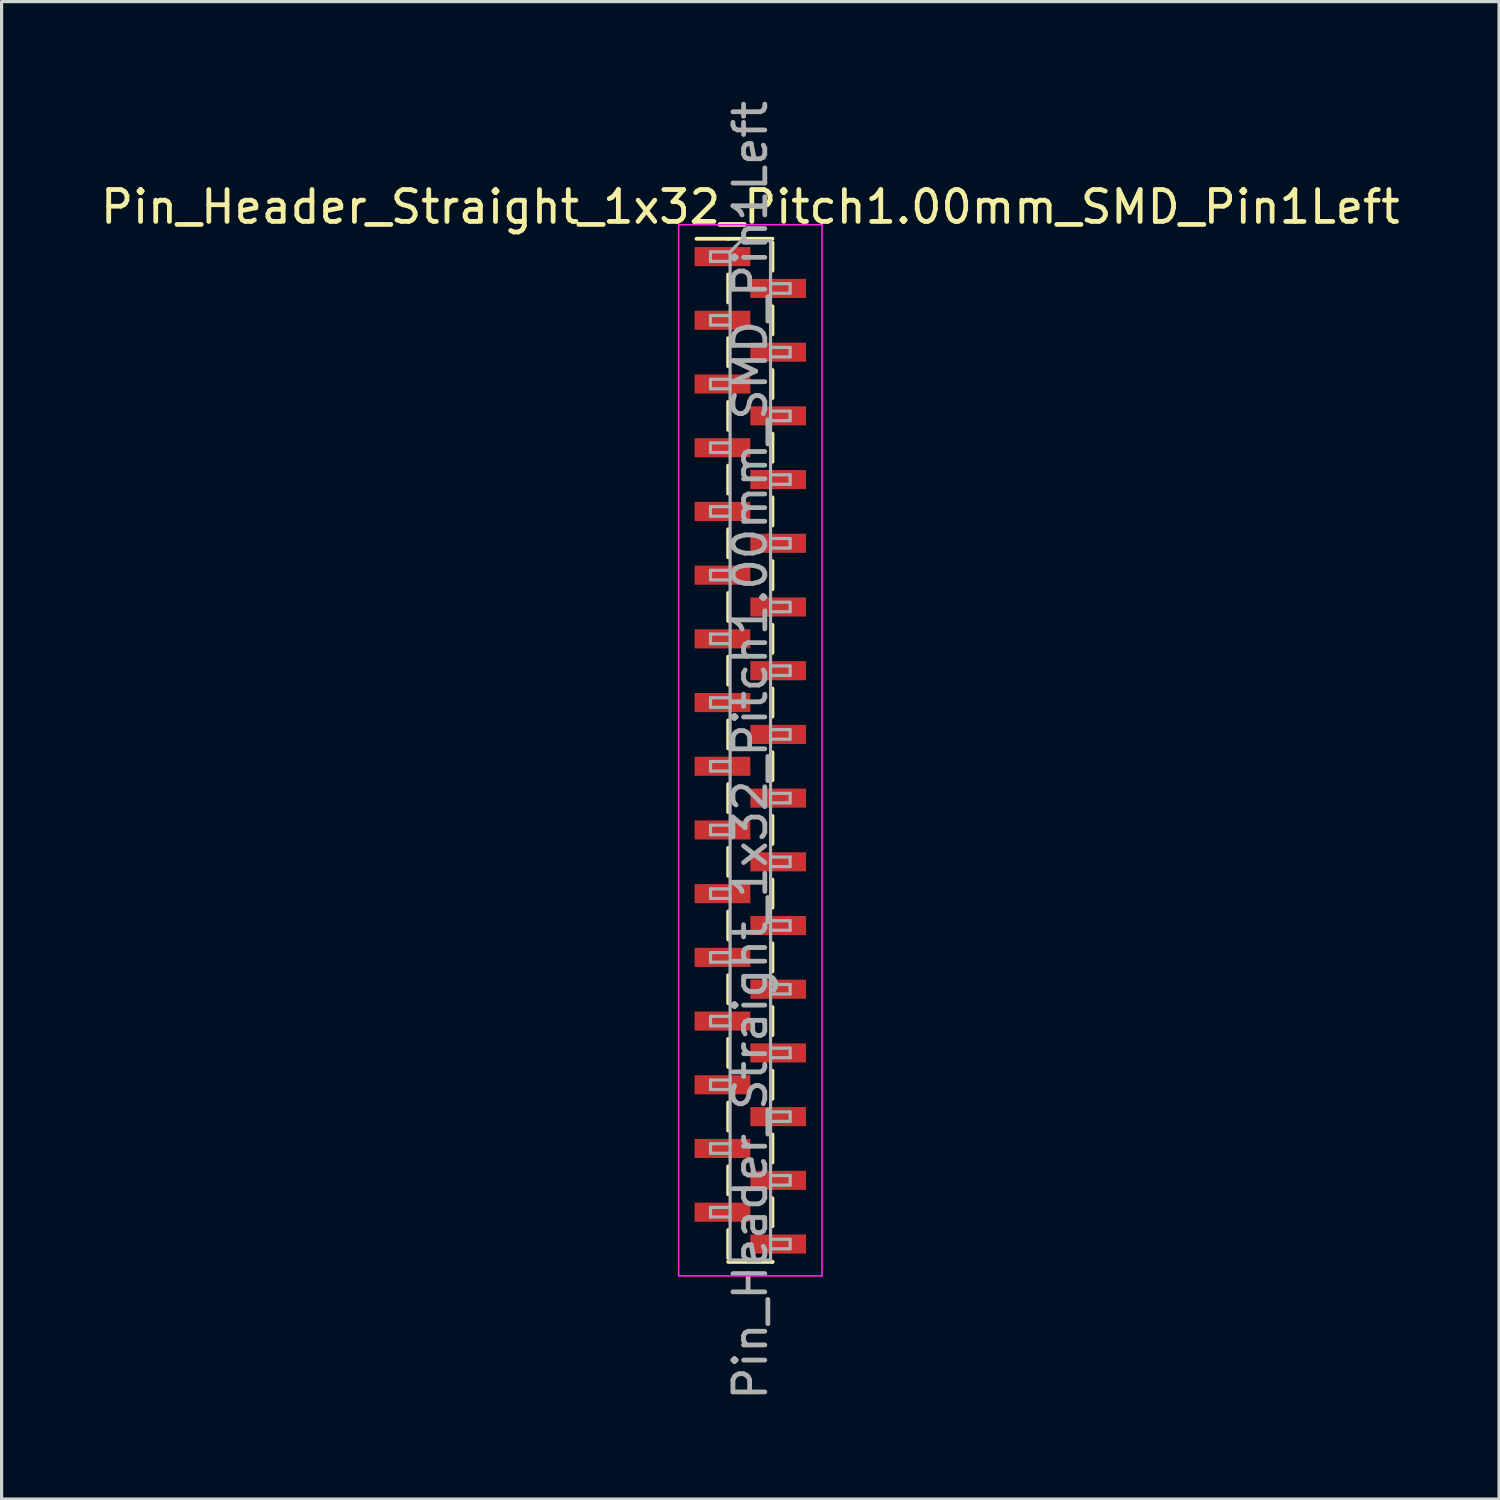
<source format=kicad_pcb>
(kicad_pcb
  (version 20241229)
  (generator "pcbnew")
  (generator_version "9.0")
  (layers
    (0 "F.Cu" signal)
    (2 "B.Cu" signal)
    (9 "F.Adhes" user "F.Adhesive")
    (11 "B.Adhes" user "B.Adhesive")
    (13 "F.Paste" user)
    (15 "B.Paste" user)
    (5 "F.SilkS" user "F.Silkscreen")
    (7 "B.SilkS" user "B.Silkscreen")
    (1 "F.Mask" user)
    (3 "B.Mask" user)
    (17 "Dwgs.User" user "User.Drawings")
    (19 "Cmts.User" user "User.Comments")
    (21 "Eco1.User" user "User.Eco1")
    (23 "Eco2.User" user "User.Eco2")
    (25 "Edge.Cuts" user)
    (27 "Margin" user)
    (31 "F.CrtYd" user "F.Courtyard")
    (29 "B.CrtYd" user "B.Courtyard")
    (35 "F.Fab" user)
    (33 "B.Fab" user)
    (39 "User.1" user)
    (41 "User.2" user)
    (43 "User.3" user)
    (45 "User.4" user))
  (footprint "Pin_Header_Straight_1x32_Pitch1.00mm_SMD_Pin1Left"
    (layer "F.Cu")
    (at 20.506 20.506)
    (property "Reference" "Pin_Header_Straight_1x32_Pitch1.00mm_SMD_Pin1Left" (at 0 -17.06 0) (layer "F.SilkS") (effects (font (size 1 1) (thickness 0.15))))
    (attr smd)
    (fp_line (start -0.695 -16.06) (end -1.69 -16.06) (stroke (width 0.12) (type solid)) (layer "F.SilkS"))
    (fp_line (start -0.695 -16.06) (end -0.695 -16.06) (stroke (width 0.12) (type solid)) (layer "F.SilkS"))
    (fp_line (start -0.695 -16.06) (end 0.695 -16.06) (stroke (width 0.12) (type solid)) (layer "F.SilkS"))
    (fp_line (start -0.695 -14.94) (end -0.695 -14.06) (stroke (width 0.12) (type solid)) (layer "F.SilkS"))
    (fp_line (start -0.695 -12.94) (end -0.695 -12.06) (stroke (width 0.12) (type solid)) (layer "F.SilkS"))
    (fp_line (start -0.695 -10.94) (end -0.695 -10.06) (stroke (width 0.12) (type solid)) (layer "F.SilkS"))
    (fp_line (start -0.695 -8.94) (end -0.695 -8.06) (stroke (width 0.12) (type solid)) (layer "F.SilkS"))
    (fp_line (start -0.695 -6.94) (end -0.695 -6.06) (stroke (width 0.12) (type solid)) (layer "F.SilkS"))
    (fp_line (start -0.695 -4.94) (end -0.695 -4.06) (stroke (width 0.12) (type solid)) (layer "F.SilkS"))
    (fp_line (start -0.695 -2.94) (end -0.695 -2.06) (stroke (width 0.12) (type solid)) (layer "F.SilkS"))
    (fp_line (start -0.695 -0.94) (end -0.695 -0.06) (stroke (width 0.12) (type solid)) (layer "F.SilkS"))
    (fp_line (start -0.695 1.06) (end -0.695 1.94) (stroke (width 0.12) (type solid)) (layer "F.SilkS"))
    (fp_line (start -0.695 3.06) (end -0.695 3.94) (stroke (width 0.12) (type solid)) (layer "F.SilkS"))
    (fp_line (start -0.695 5.06) (end -0.695 5.94) (stroke (width 0.12) (type solid)) (layer "F.SilkS"))
    (fp_line (start -0.695 7.06) (end -0.695 7.94) (stroke (width 0.12) (type solid)) (layer "F.SilkS"))
    (fp_line (start -0.695 9.06) (end -0.695 9.94) (stroke (width 0.12) (type solid)) (layer "F.SilkS"))
    (fp_line (start -0.695 11.06) (end -0.695 11.94) (stroke (width 0.12) (type solid)) (layer "F.SilkS"))
    (fp_line (start -0.695 13.06) (end -0.695 13.94) (stroke (width 0.12) (type solid)) (layer "F.SilkS"))
    (fp_line (start -0.695 15.06) (end -0.695 15.94) (stroke (width 0.12) (type solid)) (layer "F.SilkS"))
    (fp_line (start -0.695 16.06) (end 0.695 16.06) (stroke (width 0.12) (type solid)) (layer "F.SilkS"))
    (fp_line (start 0.695 -15.94) (end 0.695 -15.06) (stroke (width 0.12) (type solid)) (layer "F.SilkS"))
    (fp_line (start 0.695 -13.94) (end 0.695 -13.06) (stroke (width 0.12) (type solid)) (layer "F.SilkS"))
    (fp_line (start 0.695 -11.94) (end 0.695 -11.06) (stroke (width 0.12) (type solid)) (layer "F.SilkS"))
    (fp_line (start 0.695 -9.94) (end 0.695 -9.06) (stroke (width 0.12) (type solid)) (layer "F.SilkS"))
    (fp_line (start 0.695 -7.94) (end 0.695 -7.06) (stroke (width 0.12) (type solid)) (layer "F.SilkS"))
    (fp_line (start 0.695 -5.94) (end 0.695 -5.06) (stroke (width 0.12) (type solid)) (layer "F.SilkS"))
    (fp_line (start 0.695 -3.94) (end 0.695 -3.06) (stroke (width 0.12) (type solid)) (layer "F.SilkS"))
    (fp_line (start 0.695 -1.94) (end 0.695 -1.06) (stroke (width 0.12) (type solid)) (layer "F.SilkS"))
    (fp_line (start 0.695 0.06) (end 0.695 0.94) (stroke (width 0.12) (type solid)) (layer "F.SilkS"))
    (fp_line (start 0.695 2.06) (end 0.695 2.94) (stroke (width 0.12) (type solid)) (layer "F.SilkS"))
    (fp_line (start 0.695 4.06) (end 0.695 4.94) (stroke (width 0.12) (type solid)) (layer "F.SilkS"))
    (fp_line (start 0.695 6.06) (end 0.695 6.94) (stroke (width 0.12) (type solid)) (layer "F.SilkS"))
    (fp_line (start 0.695 8.06) (end 0.695 8.94) (stroke (width 0.12) (type solid)) (layer "F.SilkS"))
    (fp_line (start 0.695 10.06) (end 0.695 10.94) (stroke (width 0.12) (type solid)) (layer "F.SilkS"))
    (fp_line (start 0.695 12.06) (end 0.695 12.94) (stroke (width 0.12) (type solid)) (layer "F.SilkS"))
    (fp_line (start 0.695 14.06) (end 0.695 14.94) (stroke (width 0.12) (type solid)) (layer "F.SilkS"))
    (fp_line (start 0.695 16.06) (end 0.695 16.06) (stroke (width 0.12) (type solid)) (layer "F.SilkS"))
    (fp_line (start -2.25 -16.5) (end -2.25 16.5) (stroke (width 0.05) (type solid)) (layer "F.CrtYd"))
    (fp_line (start -2.25 16.5) (end 2.25 16.5) (stroke (width 0.05) (type solid)) (layer "F.CrtYd"))
    (fp_line (start 2.25 -16.5) (end -2.25 -16.5) (stroke (width 0.05) (type solid)) (layer "F.CrtYd"))
    (fp_line (start 2.25 16.5) (end 2.25 -16.5) (stroke (width 0.05) (type solid)) (layer "F.CrtYd"))
    (fp_line (start -1.25 -15.65) (end -1.25 -15.35) (stroke (width 0.1) (type solid)) (layer "F.Fab"))
    (fp_line (start -1.25 -15.35) (end -0.635 -15.35) (stroke (width 0.1) (type solid)) (layer "F.Fab"))
    (fp_line (start -1.25 -13.65) (end -1.25 -13.35) (stroke (width 0.1) (type solid)) (layer "F.Fab"))
    (fp_line (start -1.25 -13.35) (end -0.635 -13.35) (stroke (width 0.1) (type solid)) (layer "F.Fab"))
    (fp_line (start -1.25 -11.65) (end -1.25 -11.35) (stroke (width 0.1) (type solid)) (layer "F.Fab"))
    (fp_line (start -1.25 -11.35) (end -0.635 -11.35) (stroke (width 0.1) (type solid)) (layer "F.Fab"))
    (fp_line (start -1.25 -9.65) (end -1.25 -9.35) (stroke (width 0.1) (type solid)) (layer "F.Fab"))
    (fp_line (start -1.25 -9.35) (end -0.635 -9.35) (stroke (width 0.1) (type solid)) (layer "F.Fab"))
    (fp_line (start -1.25 -7.65) (end -1.25 -7.35) (stroke (width 0.1) (type solid)) (layer "F.Fab"))
    (fp_line (start -1.25 -7.35) (end -0.635 -7.35) (stroke (width 0.1) (type solid)) (layer "F.Fab"))
    (fp_line (start -1.25 -5.65) (end -1.25 -5.35) (stroke (width 0.1) (type solid)) (layer "F.Fab"))
    (fp_line (start -1.25 -5.35) (end -0.635 -5.35) (stroke (width 0.1) (type solid)) (layer "F.Fab"))
    (fp_line (start -1.25 -3.65) (end -1.25 -3.35) (stroke (width 0.1) (type solid)) (layer "F.Fab"))
    (fp_line (start -1.25 -3.35) (end -0.635 -3.35) (stroke (width 0.1) (type solid)) (layer "F.Fab"))
    (fp_line (start -1.25 -1.65) (end -1.25 -1.35) (stroke (width 0.1) (type solid)) (layer "F.Fab"))
    (fp_line (start -1.25 -1.35) (end -0.635 -1.35) (stroke (width 0.1) (type solid)) (layer "F.Fab"))
    (fp_line (start -1.25 0.35) (end -1.25 0.65) (stroke (width 0.1) (type solid)) (layer "F.Fab"))
    (fp_line (start -1.25 0.65) (end -0.635 0.65) (stroke (width 0.1) (type solid)) (layer "F.Fab"))
    (fp_line (start -1.25 2.35) (end -1.25 2.65) (stroke (width 0.1) (type solid)) (layer "F.Fab"))
    (fp_line (start -1.25 2.65) (end -0.635 2.65) (stroke (width 0.1) (type solid)) (layer "F.Fab"))
    (fp_line (start -1.25 4.35) (end -1.25 4.65) (stroke (width 0.1) (type solid)) (layer "F.Fab"))
    (fp_line (start -1.25 4.65) (end -0.635 4.65) (stroke (width 0.1) (type solid)) (layer "F.Fab"))
    (fp_line (start -1.25 6.35) (end -1.25 6.65) (stroke (width 0.1) (type solid)) (layer "F.Fab"))
    (fp_line (start -1.25 6.65) (end -0.635 6.65) (stroke (width 0.1) (type solid)) (layer "F.Fab"))
    (fp_line (start -1.25 8.35) (end -1.25 8.65) (stroke (width 0.1) (type solid)) (layer "F.Fab"))
    (fp_line (start -1.25 8.65) (end -0.635 8.65) (stroke (width 0.1) (type solid)) (layer "F.Fab"))
    (fp_line (start -1.25 10.35) (end -1.25 10.65) (stroke (width 0.1) (type solid)) (layer "F.Fab"))
    (fp_line (start -1.25 10.65) (end -0.635 10.65) (stroke (width 0.1) (type solid)) (layer "F.Fab"))
    (fp_line (start -1.25 12.35) (end -1.25 12.65) (stroke (width 0.1) (type solid)) (layer "F.Fab"))
    (fp_line (start -1.25 12.65) (end -0.635 12.65) (stroke (width 0.1) (type solid)) (layer "F.Fab"))
    (fp_line (start -1.25 14.35) (end -1.25 14.65) (stroke (width 0.1) (type solid)) (layer "F.Fab"))
    (fp_line (start -1.25 14.65) (end -0.635 14.65) (stroke (width 0.1) (type solid)) (layer "F.Fab"))
    (fp_line (start -0.635 -15.65) (end -1.25 -15.65) (stroke (width 0.1) (type solid)) (layer "F.Fab"))
    (fp_line (start -0.635 -15.65) (end -0.285 -16) (stroke (width 0.1) (type solid)) (layer "F.Fab"))
    (fp_line (start -0.635 -13.65) (end -1.25 -13.65) (stroke (width 0.1) (type solid)) (layer "F.Fab"))
    (fp_line (start -0.635 -11.65) (end -1.25 -11.65) (stroke (width 0.1) (type solid)) (layer "F.Fab"))
    (fp_line (start -0.635 -9.65) (end -1.25 -9.65) (stroke (width 0.1) (type solid)) (layer "F.Fab"))
    (fp_line (start -0.635 -7.65) (end -1.25 -7.65) (stroke (width 0.1) (type solid)) (layer "F.Fab"))
    (fp_line (start -0.635 -5.65) (end -1.25 -5.65) (stroke (width 0.1) (type solid)) (layer "F.Fab"))
    (fp_line (start -0.635 -3.65) (end -1.25 -3.65) (stroke (width 0.1) (type solid)) (layer "F.Fab"))
    (fp_line (start -0.635 -1.65) (end -1.25 -1.65) (stroke (width 0.1) (type solid)) (layer "F.Fab"))
    (fp_line (start -0.635 0.35) (end -1.25 0.35) (stroke (width 0.1) (type solid)) (layer "F.Fab"))
    (fp_line (start -0.635 2.35) (end -1.25 2.35) (stroke (width 0.1) (type solid)) (layer "F.Fab"))
    (fp_line (start -0.635 4.35) (end -1.25 4.35) (stroke (width 0.1) (type solid)) (layer "F.Fab"))
    (fp_line (start -0.635 6.35) (end -1.25 6.35) (stroke (width 0.1) (type solid)) (layer "F.Fab"))
    (fp_line (start -0.635 8.35) (end -1.25 8.35) (stroke (width 0.1) (type solid)) (layer "F.Fab"))
    (fp_line (start -0.635 10.35) (end -1.25 10.35) (stroke (width 0.1) (type solid)) (layer "F.Fab"))
    (fp_line (start -0.635 12.35) (end -1.25 12.35) (stroke (width 0.1) (type solid)) (layer "F.Fab"))
    (fp_line (start -0.635 14.35) (end -1.25 14.35) (stroke (width 0.1) (type solid)) (layer "F.Fab"))
    (fp_line (start -0.635 16) (end -0.635 -15.65) (stroke (width 0.1) (type solid)) (layer "F.Fab"))
    (fp_line (start -0.285 -16) (end 0.635 -16) (stroke (width 0.1) (type solid)) (layer "F.Fab"))
    (fp_line (start 0.635 -16) (end 0.635 16) (stroke (width 0.1) (type solid)) (layer "F.Fab"))
    (fp_line (start 0.635 -14.65) (end 1.25 -14.65) (stroke (width 0.1) (type solid)) (layer "F.Fab"))
    (fp_line (start 0.635 -12.65) (end 1.25 -12.65) (stroke (width 0.1) (type solid)) (layer "F.Fab"))
    (fp_line (start 0.635 -10.65) (end 1.25 -10.65) (stroke (width 0.1) (type solid)) (layer "F.Fab"))
    (fp_line (start 0.635 -8.65) (end 1.25 -8.65) (stroke (width 0.1) (type solid)) (layer "F.Fab"))
    (fp_line (start 0.635 -6.65) (end 1.25 -6.65) (stroke (width 0.1) (type solid)) (layer "F.Fab"))
    (fp_line (start 0.635 -4.65) (end 1.25 -4.65) (stroke (width 0.1) (type solid)) (layer "F.Fab"))
    (fp_line (start 0.635 -2.65) (end 1.25 -2.65) (stroke (width 0.1) (type solid)) (layer "F.Fab"))
    (fp_line (start 0.635 -0.65) (end 1.25 -0.65) (stroke (width 0.1) (type solid)) (layer "F.Fab"))
    (fp_line (start 0.635 1.35) (end 1.25 1.35) (stroke (width 0.1) (type solid)) (layer "F.Fab"))
    (fp_line (start 0.635 3.35) (end 1.25 3.35) (stroke (width 0.1) (type solid)) (layer "F.Fab"))
    (fp_line (start 0.635 5.35) (end 1.25 5.35) (stroke (width 0.1) (type solid)) (layer "F.Fab"))
    (fp_line (start 0.635 7.35) (end 1.25 7.35) (stroke (width 0.1) (type solid)) (layer "F.Fab"))
    (fp_line (start 0.635 9.35) (end 1.25 9.35) (stroke (width 0.1) (type solid)) (layer "F.Fab"))
    (fp_line (start 0.635 11.35) (end 1.25 11.35) (stroke (width 0.1) (type solid)) (layer "F.Fab"))
    (fp_line (start 0.635 13.35) (end 1.25 13.35) (stroke (width 0.1) (type solid)) (layer "F.Fab"))
    (fp_line (start 0.635 15.35) (end 1.25 15.35) (stroke (width 0.1) (type solid)) (layer "F.Fab"))
    (fp_line (start 0.635 16) (end -0.635 16) (stroke (width 0.1) (type solid)) (layer "F.Fab"))
    (fp_line (start 1.25 -14.65) (end 1.25 -14.35) (stroke (width 0.1) (type solid)) (layer "F.Fab"))
    (fp_line (start 1.25 -14.35) (end 0.635 -14.35) (stroke (width 0.1) (type solid)) (layer "F.Fab"))
    (fp_line (start 1.25 -12.65) (end 1.25 -12.35) (stroke (width 0.1) (type solid)) (layer "F.Fab"))
    (fp_line (start 1.25 -12.35) (end 0.635 -12.35) (stroke (width 0.1) (type solid)) (layer "F.Fab"))
    (fp_line (start 1.25 -10.65) (end 1.25 -10.35) (stroke (width 0.1) (type solid)) (layer "F.Fab"))
    (fp_line (start 1.25 -10.35) (end 0.635 -10.35) (stroke (width 0.1) (type solid)) (layer "F.Fab"))
    (fp_line (start 1.25 -8.65) (end 1.25 -8.35) (stroke (width 0.1) (type solid)) (layer "F.Fab"))
    (fp_line (start 1.25 -8.35) (end 0.635 -8.35) (stroke (width 0.1) (type solid)) (layer "F.Fab"))
    (fp_line (start 1.25 -6.65) (end 1.25 -6.35) (stroke (width 0.1) (type solid)) (layer "F.Fab"))
    (fp_line (start 1.25 -6.35) (end 0.635 -6.35) (stroke (width 0.1) (type solid)) (layer "F.Fab"))
    (fp_line (start 1.25 -4.65) (end 1.25 -4.35) (stroke (width 0.1) (type solid)) (layer "F.Fab"))
    (fp_line (start 1.25 -4.35) (end 0.635 -4.35) (stroke (width 0.1) (type solid)) (layer "F.Fab"))
    (fp_line (start 1.25 -2.65) (end 1.25 -2.35) (stroke (width 0.1) (type solid)) (layer "F.Fab"))
    (fp_line (start 1.25 -2.35) (end 0.635 -2.35) (stroke (width 0.1) (type solid)) (layer "F.Fab"))
    (fp_line (start 1.25 -0.65) (end 1.25 -0.35) (stroke (width 0.1) (type solid)) (layer "F.Fab"))
    (fp_line (start 1.25 -0.35) (end 0.635 -0.35) (stroke (width 0.1) (type solid)) (layer "F.Fab"))
    (fp_line (start 1.25 1.35) (end 1.25 1.65) (stroke (width 0.1) (type solid)) (layer "F.Fab"))
    (fp_line (start 1.25 1.65) (end 0.635 1.65) (stroke (width 0.1) (type solid)) (layer "F.Fab"))
    (fp_line (start 1.25 3.35) (end 1.25 3.65) (stroke (width 0.1) (type solid)) (layer "F.Fab"))
    (fp_line (start 1.25 3.65) (end 0.635 3.65) (stroke (width 0.1) (type solid)) (layer "F.Fab"))
    (fp_line (start 1.25 5.35) (end 1.25 5.65) (stroke (width 0.1) (type solid)) (layer "F.Fab"))
    (fp_line (start 1.25 5.65) (end 0.635 5.65) (stroke (width 0.1) (type solid)) (layer "F.Fab"))
    (fp_line (start 1.25 7.35) (end 1.25 7.65) (stroke (width 0.1) (type solid)) (layer "F.Fab"))
    (fp_line (start 1.25 7.65) (end 0.635 7.65) (stroke (width 0.1) (type solid)) (layer "F.Fab"))
    (fp_line (start 1.25 9.35) (end 1.25 9.65) (stroke (width 0.1) (type solid)) (layer "F.Fab"))
    (fp_line (start 1.25 9.65) (end 0.635 9.65) (stroke (width 0.1) (type solid)) (layer "F.Fab"))
    (fp_line (start 1.25 11.35) (end 1.25 11.65) (stroke (width 0.1) (type solid)) (layer "F.Fab"))
    (fp_line (start 1.25 11.65) (end 0.635 11.65) (stroke (width 0.1) (type solid)) (layer "F.Fab"))
    (fp_line (start 1.25 13.35) (end 1.25 13.65) (stroke (width 0.1) (type solid)) (layer "F.Fab"))
    (fp_line (start 1.25 13.65) (end 0.635 13.65) (stroke (width 0.1) (type solid)) (layer "F.Fab"))
    (fp_line (start 1.25 15.35) (end 1.25 15.65) (stroke (width 0.1) (type solid)) (layer "F.Fab"))
    (fp_line (start 1.25 15.65) (end 0.635 15.65) (stroke (width 0.1) (type solid)) (layer "F.Fab"))
    (fp_text user "${REFERENCE}" (at 0 0 90) (layer "F.Fab") (effects (font (size 1 1) (thickness 0.15))))
    (pad "1" smd rect (at -0.875 -15.5) (size 1.75 0.6) (layers "F.Cu" "F.Mask" "F.Paste"))
    (pad "2" smd rect (at 0.875 -14.5) (size 1.75 0.6) (layers "F.Cu" "F.Mask" "F.Paste"))
    (pad "3" smd rect (at -0.875 -13.5) (size 1.75 0.6) (layers "F.Cu" "F.Mask" "F.Paste"))
    (pad "4" smd rect (at 0.875 -12.5) (size 1.75 0.6) (layers "F.Cu" "F.Mask" "F.Paste"))
    (pad "5" smd rect (at -0.875 -11.5) (size 1.75 0.6) (layers "F.Cu" "F.Mask" "F.Paste"))
    (pad "6" smd rect (at 0.875 -10.5) (size 1.75 0.6) (layers "F.Cu" "F.Mask" "F.Paste"))
    (pad "7" smd rect (at -0.875 -9.5) (size 1.75 0.6) (layers "F.Cu" "F.Mask" "F.Paste"))
    (pad "8" smd rect (at 0.875 -8.5) (size 1.75 0.6) (layers "F.Cu" "F.Mask" "F.Paste"))
    (pad "9" smd rect (at -0.875 -7.5) (size 1.75 0.6) (layers "F.Cu" "F.Mask" "F.Paste"))
    (pad "10" smd rect (at 0.875 -6.5) (size 1.75 0.6) (layers "F.Cu" "F.Mask" "F.Paste"))
    (pad "11" smd rect (at -0.875 -5.5) (size 1.75 0.6) (layers "F.Cu" "F.Mask" "F.Paste"))
    (pad "12" smd rect (at 0.875 -4.5) (size 1.75 0.6) (layers "F.Cu" "F.Mask" "F.Paste"))
    (pad "13" smd rect (at -0.875 -3.5) (size 1.75 0.6) (layers "F.Cu" "F.Mask" "F.Paste"))
    (pad "14" smd rect (at 0.875 -2.5) (size 1.75 0.6) (layers "F.Cu" "F.Mask" "F.Paste"))
    (pad "15" smd rect (at -0.875 -1.5) (size 1.75 0.6) (layers "F.Cu" "F.Mask" "F.Paste"))
    (pad "16" smd rect (at 0.875 -0.5) (size 1.75 0.6) (layers "F.Cu" "F.Mask" "F.Paste"))
    (pad "17" smd rect (at -0.875 0.5) (size 1.75 0.6) (layers "F.Cu" "F.Mask" "F.Paste"))
    (pad "18" smd rect (at 0.875 1.5) (size 1.75 0.6) (layers "F.Cu" "F.Mask" "F.Paste"))
    (pad "19" smd rect (at -0.875 2.5) (size 1.75 0.6) (layers "F.Cu" "F.Mask" "F.Paste"))
    (pad "20" smd rect (at 0.875 3.5) (size 1.75 0.6) (layers "F.Cu" "F.Mask" "F.Paste"))
    (pad "21" smd rect (at -0.875 4.5) (size 1.75 0.6) (layers "F.Cu" "F.Mask" "F.Paste"))
    (pad "22" smd rect (at 0.875 5.5) (size 1.75 0.6) (layers "F.Cu" "F.Mask" "F.Paste"))
    (pad "23" smd rect (at -0.875 6.5) (size 1.75 0.6) (layers "F.Cu" "F.Mask" "F.Paste"))
    (pad "24" smd rect (at 0.875 7.5) (size 1.75 0.6) (layers "F.Cu" "F.Mask" "F.Paste"))
    (pad "25" smd rect (at -0.875 8.5) (size 1.75 0.6) (layers "F.Cu" "F.Mask" "F.Paste"))
    (pad "26" smd rect (at 0.875 9.5) (size 1.75 0.6) (layers "F.Cu" "F.Mask" "F.Paste"))
    (pad "27" smd rect (at -0.875 10.5) (size 1.75 0.6) (layers "F.Cu" "F.Mask" "F.Paste"))
    (pad "28" smd rect (at 0.875 11.5) (size 1.75 0.6) (layers "F.Cu" "F.Mask" "F.Paste"))
    (pad "29" smd rect (at -0.875 12.5) (size 1.75 0.6) (layers "F.Cu" "F.Mask" "F.Paste"))
    (pad "30" smd rect (at 0.875 13.5) (size 1.75 0.6) (layers "F.Cu" "F.Mask" "F.Paste"))
    (pad "31" smd rect (at -0.875 14.5) (size 1.75 0.6) (layers "F.Cu" "F.Mask" "F.Paste"))
    (pad "32" smd rect (at 0.875 15.5) (size 1.75 0.6) (layers "F.Cu" "F.Mask" "F.Paste")))
  (gr_rect
    (start -3 -3)
    (end 44.012 44.012)
    (stroke (width 0.1) (type default))
    (fill no)
    (layer "Edge.Cuts")))
</source>
